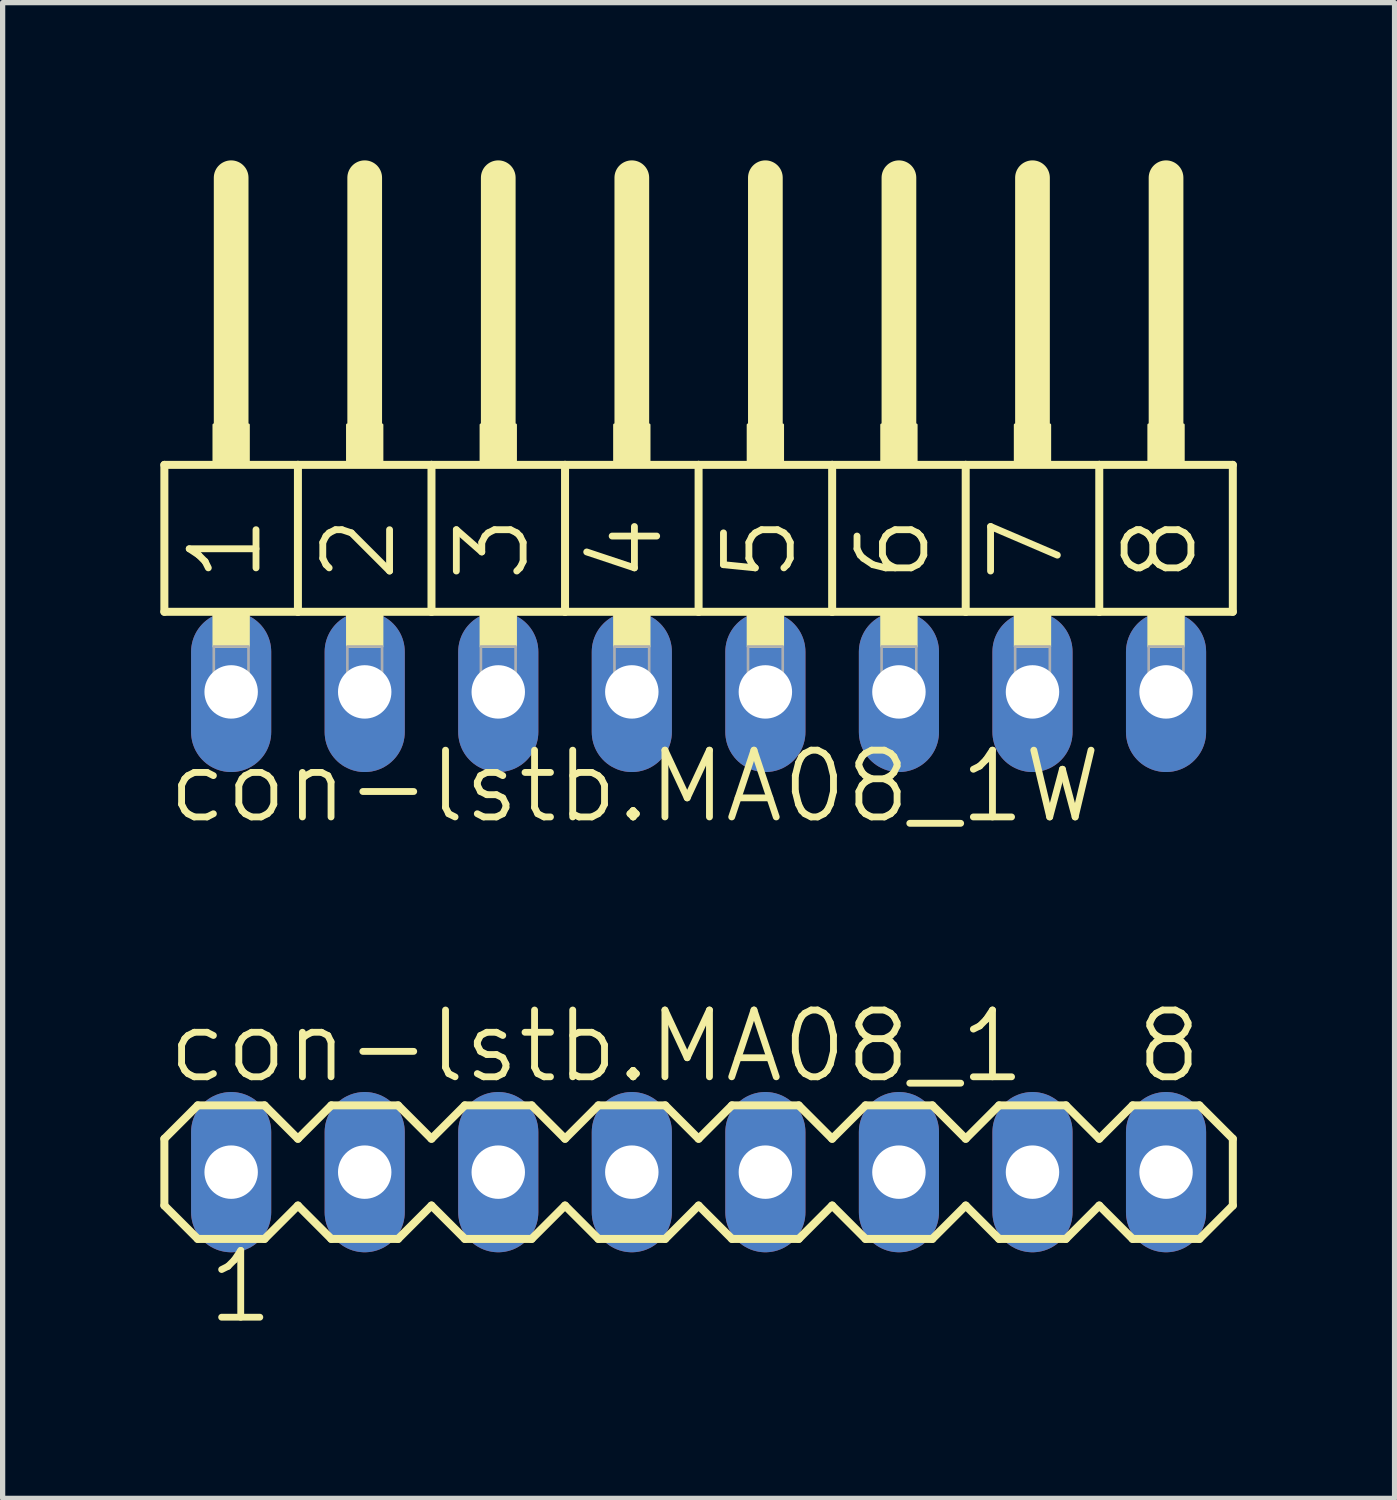
<source format=kicad_pcb>
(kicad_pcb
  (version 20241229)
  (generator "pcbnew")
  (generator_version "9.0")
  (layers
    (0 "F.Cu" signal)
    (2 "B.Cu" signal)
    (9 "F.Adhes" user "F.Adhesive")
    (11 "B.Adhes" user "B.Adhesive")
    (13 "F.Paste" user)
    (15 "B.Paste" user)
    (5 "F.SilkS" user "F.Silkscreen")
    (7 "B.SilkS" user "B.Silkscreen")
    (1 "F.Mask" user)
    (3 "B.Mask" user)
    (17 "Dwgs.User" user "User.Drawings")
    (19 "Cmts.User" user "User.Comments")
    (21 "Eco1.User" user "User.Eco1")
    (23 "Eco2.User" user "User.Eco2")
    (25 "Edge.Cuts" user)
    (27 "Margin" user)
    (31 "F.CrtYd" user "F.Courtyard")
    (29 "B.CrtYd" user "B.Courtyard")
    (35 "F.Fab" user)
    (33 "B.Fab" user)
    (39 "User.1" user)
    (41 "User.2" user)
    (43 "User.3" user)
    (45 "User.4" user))
  (footprint "con-lstb.MA08_1"
    (layer "F.Cu")
    (at 10.236 19.242)
    (property "Reference" "con-lstb.MA08_1" (at -10.16 -1.651 0) (layer "F.SilkS") (effects (font (size 1.27 1.27) (thickness 0.13)) (justify left bottom)))
    (attr through_hole)
    (fp_line (start -10.16 -0.635) (end -10.16 0.635) (stroke (width 0.152) (type default)) (layer "F.SilkS"))
    (fp_line (start -10.16 0.635) (end -9.525 1.27) (stroke (width 0.152) (type default)) (layer "F.SilkS"))
    (fp_line (start -9.525 -1.27) (end -10.16 -0.635) (stroke (width 0.152) (type default)) (layer "F.SilkS"))
    (fp_line (start -9.525 -1.27) (end -8.255 -1.27) (stroke (width 0.152) (type default)) (layer "F.SilkS"))
    (fp_line (start -8.255 -1.27) (end -7.62 -0.635) (stroke (width 0.152) (type default)) (layer "F.SilkS"))
    (fp_line (start -8.255 1.27) (end -9.525 1.27) (stroke (width 0.152) (type default)) (layer "F.SilkS"))
    (fp_line (start -7.62 -0.635) (end -6.985 -1.27) (stroke (width 0.152) (type default)) (layer "F.SilkS"))
    (fp_line (start -7.62 0.635) (end -8.255 1.27) (stroke (width 0.152) (type default)) (layer "F.SilkS"))
    (fp_line (start -6.985 -1.27) (end -5.715 -1.27) (stroke (width 0.152) (type default)) (layer "F.SilkS"))
    (fp_line (start -6.985 1.27) (end -7.62 0.635) (stroke (width 0.152) (type default)) (layer "F.SilkS"))
    (fp_line (start -5.715 -1.27) (end -5.08 -0.635) (stroke (width 0.152) (type default)) (layer "F.SilkS"))
    (fp_line (start -5.715 1.27) (end -6.985 1.27) (stroke (width 0.152) (type default)) (layer "F.SilkS"))
    (fp_line (start -5.08 -0.635) (end -4.445 -1.27) (stroke (width 0.152) (type default)) (layer "F.SilkS"))
    (fp_line (start -5.08 0.635) (end -5.715 1.27) (stroke (width 0.152) (type default)) (layer "F.SilkS"))
    (fp_line (start -4.445 -1.27) (end -3.175 -1.27) (stroke (width 0.152) (type default)) (layer "F.SilkS"))
    (fp_line (start -4.445 1.27) (end -5.08 0.635) (stroke (width 0.152) (type default)) (layer "F.SilkS"))
    (fp_line (start -3.175 -1.27) (end -2.54 -0.635) (stroke (width 0.152) (type default)) (layer "F.SilkS"))
    (fp_line (start -3.175 1.27) (end -4.445 1.27) (stroke (width 0.152) (type default)) (layer "F.SilkS"))
    (fp_line (start -2.54 0.635) (end -3.175 1.27) (stroke (width 0.152) (type default)) (layer "F.SilkS"))
    (fp_line (start -2.54 0.635) (end -1.905 1.27) (stroke (width 0.152) (type default)) (layer "F.SilkS"))
    (fp_line (start -1.905 -1.27) (end -2.54 -0.635) (stroke (width 0.152) (type default)) (layer "F.SilkS"))
    (fp_line (start -1.905 -1.27) (end -0.635 -1.27) (stroke (width 0.152) (type default)) (layer "F.SilkS"))
    (fp_line (start -0.635 -1.27) (end 0 -0.635) (stroke (width 0.152) (type default)) (layer "F.SilkS"))
    (fp_line (start -0.635 1.27) (end -1.905 1.27) (stroke (width 0.152) (type default)) (layer "F.SilkS"))
    (fp_line (start 0 0.635) (end -0.635 1.27) (stroke (width 0.152) (type default)) (layer "F.SilkS"))
    (fp_line (start 0 0.635) (end 0.635 1.27) (stroke (width 0.152) (type default)) (layer "F.SilkS"))
    (fp_line (start 0.635 -1.27) (end 0 -0.635) (stroke (width 0.152) (type default)) (layer "F.SilkS"))
    (fp_line (start 0.635 -1.27) (end 1.905 -1.27) (stroke (width 0.152) (type default)) (layer "F.SilkS"))
    (fp_line (start 1.905 -1.27) (end 2.54 -0.635) (stroke (width 0.152) (type default)) (layer "F.SilkS"))
    (fp_line (start 1.905 1.27) (end 0.635 1.27) (stroke (width 0.152) (type default)) (layer "F.SilkS"))
    (fp_line (start 2.54 -0.635) (end 3.175 -1.27) (stroke (width 0.152) (type default)) (layer "F.SilkS"))
    (fp_line (start 2.54 0.635) (end 1.905 1.27) (stroke (width 0.152) (type default)) (layer "F.SilkS"))
    (fp_line (start 3.175 -1.27) (end 4.445 -1.27) (stroke (width 0.152) (type default)) (layer "F.SilkS"))
    (fp_line (start 3.175 1.27) (end 2.54 0.635) (stroke (width 0.152) (type default)) (layer "F.SilkS"))
    (fp_line (start 4.445 -1.27) (end 5.08 -0.635) (stroke (width 0.152) (type default)) (layer "F.SilkS"))
    (fp_line (start 4.445 1.27) (end 3.175 1.27) (stroke (width 0.152) (type default)) (layer "F.SilkS"))
    (fp_line (start 5.08 -0.635) (end 5.715 -1.27) (stroke (width 0.152) (type default)) (layer "F.SilkS"))
    (fp_line (start 5.08 0.635) (end 4.445 1.27) (stroke (width 0.152) (type default)) (layer "F.SilkS"))
    (fp_line (start 5.715 -1.27) (end 6.985 -1.27) (stroke (width 0.152) (type default)) (layer "F.SilkS"))
    (fp_line (start 5.715 1.27) (end 5.08 0.635) (stroke (width 0.152) (type default)) (layer "F.SilkS"))
    (fp_line (start 6.985 -1.27) (end 7.62 -0.635) (stroke (width 0.152) (type default)) (layer "F.SilkS"))
    (fp_line (start 6.985 1.27) (end 5.715 1.27) (stroke (width 0.152) (type default)) (layer "F.SilkS"))
    (fp_line (start 7.62 0.635) (end 6.985 1.27) (stroke (width 0.152) (type default)) (layer "F.SilkS"))
    (fp_line (start 7.62 0.635) (end 8.255 1.27) (stroke (width 0.152) (type default)) (layer "F.SilkS"))
    (fp_line (start 8.255 -1.27) (end 7.62 -0.635) (stroke (width 0.152) (type default)) (layer "F.SilkS"))
    (fp_line (start 8.255 -1.27) (end 9.525 -1.27) (stroke (width 0.152) (type default)) (layer "F.SilkS"))
    (fp_line (start 9.525 -1.27) (end 10.16 -0.635) (stroke (width 0.152) (type default)) (layer "F.SilkS"))
    (fp_line (start 9.525 1.27) (end 8.255 1.27) (stroke (width 0.152) (type default)) (layer "F.SilkS"))
    (fp_line (start 10.16 -0.635) (end 10.16 0.635) (stroke (width 0.152) (type default)) (layer "F.SilkS"))
    (fp_line (start 10.16 0.635) (end 9.525 1.27) (stroke (width 0.152) (type default)) (layer "F.SilkS"))
    (fp_rect (start -9.144 0.254) (end -8.636 -0.254) (stroke (width 0.05) (type default)) (fill no) (layer "F.Fab"))
    (fp_rect (start -6.604 0.254) (end -6.096 -0.254) (stroke (width 0.05) (type default)) (fill no) (layer "F.Fab"))
    (fp_rect (start -4.064 0.254) (end -3.556 -0.254) (stroke (width 0.05) (type default)) (fill no) (layer "F.Fab"))
    (fp_rect (start -1.524 0.254) (end -1.016 -0.254) (stroke (width 0.05) (type default)) (fill no) (layer "F.Fab"))
    (fp_rect (start 1.016 0.254) (end 1.524 -0.254) (stroke (width 0.05) (type default)) (fill no) (layer "F.Fab"))
    (fp_rect (start 3.556 0.254) (end 4.064 -0.254) (stroke (width 0.05) (type default)) (fill no) (layer "F.Fab"))
    (fp_rect (start 6.096 0.254) (end 6.604 -0.254) (stroke (width 0.05) (type default)) (fill no) (layer "F.Fab"))
    (fp_rect (start 8.636 0.254) (end 9.144 -0.254) (stroke (width 0.05) (type default)) (fill no) (layer "F.Fab"))
    (fp_text user "1" (at -9.398 2.921 0) (layer "F.SilkS") (effects (font (size 1.27 1.27) (thickness 0.13)) (justify left bottom)))
    (fp_text user "8" (at 8.255 -1.651 0) (layer "F.SilkS") (effects (font (size 1.27 1.27) (thickness 0.13)) (justify left bottom)))
    (pad "1" thru_hole oval (at -8.89 0 90) (size 3.048 1.524) (drill 1.016) (layers "*.Cu" "*.Mask"))
    (pad "2" thru_hole oval (at -6.35 0 90) (size 3.048 1.524) (drill 1.016) (layers "*.Cu" "*.Mask"))
    (pad "3" thru_hole oval (at -3.81 0 90) (size 3.048 1.524) (drill 1.016) (layers "*.Cu" "*.Mask"))
    (pad "4" thru_hole oval (at -1.27 0 90) (size 3.048 1.524) (drill 1.016) (layers "*.Cu" "*.Mask"))
    (pad "5" thru_hole oval (at 1.27 0 90) (size 3.048 1.524) (drill 1.016) (layers "*.Cu" "*.Mask"))
    (pad "6" thru_hole oval (at 3.81 0 90) (size 3.048 1.524) (drill 1.016) (layers "*.Cu" "*.Mask"))
    (pad "7" thru_hole oval (at 6.35 0 90) (size 3.048 1.524) (drill 1.016) (layers "*.Cu" "*.Mask"))
    (pad "8" thru_hole oval (at 8.89 0 90) (size 3.048 1.524) (drill 1.016) (layers "*.Cu" "*.Mask")))
  (footprint "con-lstb.MA08_1W"
    (layer "F.Cu")
    (at 10.236 10.109)
    (property "Reference" "con-lstb.MA08_1W" (at -10.16 2.54 0) (layer "F.SilkS") (effects (font (size 1.27 1.27) (thickness 0.13)) (justify left bottom)))
    (attr through_hole)
    (fp_line (start -10.16 -4.318) (end -7.62 -4.318) (stroke (width 0.152) (type default)) (layer "F.SilkS"))
    (fp_line (start -10.16 -1.524) (end -10.16 -4.318) (stroke (width 0.152) (type default)) (layer "F.SilkS"))
    (fp_line (start -8.89 -5.08) (end -8.89 -9.779) (stroke (width 0.66) (type default)) (layer "F.SilkS"))
    (fp_line (start -7.62 -4.318) (end -5.08 -4.318) (stroke (width 0.152) (type default)) (layer "F.SilkS"))
    (fp_line (start -7.62 -1.524) (end -10.16 -1.524) (stroke (width 0.152) (type default)) (layer "F.SilkS"))
    (fp_line (start -7.62 -1.524) (end -7.62 -4.318) (stroke (width 0.152) (type default)) (layer "F.SilkS"))
    (fp_line (start -7.62 -1.524) (end -5.08 -1.524) (stroke (width 0.152) (type default)) (layer "F.SilkS"))
    (fp_line (start -6.35 -5.08) (end -6.35 -9.779) (stroke (width 0.66) (type default)) (layer "F.SilkS"))
    (fp_line (start -5.08 -4.318) (end -2.54 -4.318) (stroke (width 0.152) (type default)) (layer "F.SilkS"))
    (fp_line (start -5.08 -1.524) (end -5.08 -4.318) (stroke (width 0.152) (type default)) (layer "F.SilkS"))
    (fp_line (start -3.81 -5.08) (end -3.81 -9.779) (stroke (width 0.66) (type default)) (layer "F.SilkS"))
    (fp_line (start -2.54 -4.318) (end 0 -4.318) (stroke (width 0.152) (type default)) (layer "F.SilkS"))
    (fp_line (start -2.54 -1.524) (end -5.08 -1.524) (stroke (width 0.152) (type default)) (layer "F.SilkS"))
    (fp_line (start -2.54 -1.524) (end -2.54 -4.318) (stroke (width 0.152) (type default)) (layer "F.SilkS"))
    (fp_line (start -1.27 -5.08) (end -1.27 -9.779) (stroke (width 0.66) (type default)) (layer "F.SilkS"))
    (fp_line (start 0 -4.318) (end 2.54 -4.318) (stroke (width 0.152) (type default)) (layer "F.SilkS"))
    (fp_line (start 0 -1.524) (end -2.54 -1.524) (stroke (width 0.152) (type default)) (layer "F.SilkS"))
    (fp_line (start 0 -1.524) (end 0 -4.318) (stroke (width 0.152) (type default)) (layer "F.SilkS"))
    (fp_line (start 1.27 -5.08) (end 1.27 -9.779) (stroke (width 0.66) (type default)) (layer "F.SilkS"))
    (fp_line (start 2.54 -4.318) (end 5.08 -4.318) (stroke (width 0.152) (type default)) (layer "F.SilkS"))
    (fp_line (start 2.54 -1.524) (end 0 -1.524) (stroke (width 0.152) (type default)) (layer "F.SilkS"))
    (fp_line (start 2.54 -1.524) (end 2.54 -4.318) (stroke (width 0.152) (type default)) (layer "F.SilkS"))
    (fp_line (start 3.81 -5.08) (end 3.81 -9.779) (stroke (width 0.66) (type default)) (layer "F.SilkS"))
    (fp_line (start 5.08 -4.318) (end 7.62 -4.318) (stroke (width 0.152) (type default)) (layer "F.SilkS"))
    (fp_line (start 5.08 -1.524) (end 2.54 -1.524) (stroke (width 0.152) (type default)) (layer "F.SilkS"))
    (fp_line (start 5.08 -1.524) (end 5.08 -4.318) (stroke (width 0.152) (type default)) (layer "F.SilkS"))
    (fp_line (start 5.08 -1.524) (end 7.62 -1.524) (stroke (width 0.152) (type default)) (layer "F.SilkS"))
    (fp_line (start 6.35 -5.08) (end 6.35 -9.779) (stroke (width 0.66) (type default)) (layer "F.SilkS"))
    (fp_line (start 7.62 -4.318) (end 10.16 -4.318) (stroke (width 0.152) (type default)) (layer "F.SilkS"))
    (fp_line (start 7.62 -1.524) (end 7.62 -4.318) (stroke (width 0.152) (type default)) (layer "F.SilkS"))
    (fp_line (start 8.89 -5.08) (end 8.89 -9.779) (stroke (width 0.66) (type default)) (layer "F.SilkS"))
    (fp_line (start 10.16 -1.524) (end 7.62 -1.524) (stroke (width 0.152) (type default)) (layer "F.SilkS"))
    (fp_line (start 10.16 -1.524) (end 10.16 -4.318) (stroke (width 0.152) (type default)) (layer "F.SilkS"))
    (fp_rect (start -9.22 -4.318) (end -8.56 -5.08) (stroke (width 0.05) (type default)) (fill yes) (layer "F.SilkS"))
    (fp_rect (start -9.22 -0.864) (end -8.56 -1.524) (stroke (width 0.05) (type default)) (fill yes) (layer "F.SilkS"))
    (fp_rect (start -6.68 -4.318) (end -6.02 -5.08) (stroke (width 0.05) (type default)) (fill yes) (layer "F.SilkS"))
    (fp_rect (start -6.68 -0.864) (end -6.02 -1.524) (stroke (width 0.05) (type default)) (fill yes) (layer "F.SilkS"))
    (fp_rect (start -4.14 -4.318) (end -3.48 -5.08) (stroke (width 0.05) (type default)) (fill yes) (layer "F.SilkS"))
    (fp_rect (start -4.14 -0.864) (end -3.48 -1.524) (stroke (width 0.05) (type default)) (fill yes) (layer "F.SilkS"))
    (fp_rect (start -1.6 -4.318) (end -0.94 -5.08) (stroke (width 0.05) (type default)) (fill yes) (layer "F.SilkS"))
    (fp_rect (start -1.6 -0.864) (end -0.94 -1.524) (stroke (width 0.05) (type default)) (fill yes) (layer "F.SilkS"))
    (fp_rect (start 0.94 -4.318) (end 1.6 -5.08) (stroke (width 0.05) (type default)) (fill yes) (layer "F.SilkS"))
    (fp_rect (start 0.94 -0.864) (end 1.6 -1.524) (stroke (width 0.05) (type default)) (fill yes) (layer "F.SilkS"))
    (fp_rect (start 3.48 -4.318) (end 4.14 -5.08) (stroke (width 0.05) (type default)) (fill yes) (layer "F.SilkS"))
    (fp_rect (start 3.48 -0.864) (end 4.14 -1.524) (stroke (width 0.05) (type default)) (fill yes) (layer "F.SilkS"))
    (fp_rect (start 6.02 -4.318) (end 6.68 -5.08) (stroke (width 0.05) (type default)) (fill yes) (layer "F.SilkS"))
    (fp_rect (start 6.02 -0.864) (end 6.68 -1.524) (stroke (width 0.05) (type default)) (fill yes) (layer "F.SilkS"))
    (fp_rect (start 8.56 -4.318) (end 9.22 -5.08) (stroke (width 0.05) (type default)) (fill yes) (layer "F.SilkS"))
    (fp_rect (start 8.56 -0.864) (end 9.22 -1.524) (stroke (width 0.05) (type default)) (fill yes) (layer "F.SilkS"))
    (fp_rect (start -9.22 0.33) (end -8.56 -0.864) (stroke (width 0.05) (type default)) (fill no) (layer "F.Fab"))
    (fp_rect (start -6.68 0.33) (end -6.02 -0.864) (stroke (width 0.05) (type default)) (fill no) (layer "F.Fab"))
    (fp_rect (start -4.14 0.33) (end -3.48 -0.864) (stroke (width 0.05) (type default)) (fill no) (layer "F.Fab"))
    (fp_rect (start -1.6 0.33) (end -0.94 -0.864) (stroke (width 0.05) (type default)) (fill no) (layer "F.Fab"))
    (fp_rect (start 0.94 0.33) (end 1.6 -0.864) (stroke (width 0.05) (type default)) (fill no) (layer "F.Fab"))
    (fp_rect (start 3.48 0.33) (end 4.14 -0.864) (stroke (width 0.05) (type default)) (fill no) (layer "F.Fab"))
    (fp_rect (start 6.02 0.33) (end 6.68 -0.864) (stroke (width 0.05) (type default)) (fill no) (layer "F.Fab"))
    (fp_rect (start 8.56 0.33) (end 9.22 -0.864) (stroke (width 0.05) (type default)) (fill no) (layer "F.Fab"))
    (fp_text user "7" (at 6.985 -2.032 90) (layer "F.SilkS") (effects (font (size 1.27 1.27) (thickness 0.13)) (justify left bottom)))
    (fp_text user "1" (at -8.255 -2.032 90) (layer "F.SilkS") (effects (font (size 1.27 1.27) (thickness 0.13)) (justify left bottom)))
    (fp_text user "3" (at -3.175 -2.032 90) (layer "F.SilkS") (effects (font (size 1.27 1.27) (thickness 0.13)) (justify left bottom)))
    (fp_text user "5" (at 1.905 -2.032 90) (layer "F.SilkS") (effects (font (size 1.27 1.27) (thickness 0.13)) (justify left bottom)))
    (fp_text user "6" (at 4.445 -2.032 90) (layer "F.SilkS") (effects (font (size 1.27 1.27) (thickness 0.13)) (justify left bottom)))
    (fp_text user "8" (at 9.525 -2.032 90) (layer "F.SilkS") (effects (font (size 1.27 1.27) (thickness 0.13)) (justify left bottom)))
    (fp_text user "4" (at -0.635 -2.032 90) (layer "F.SilkS") (effects (font (size 1.27 1.27) (thickness 0.13)) (justify left bottom)))
    (fp_text user "2" (at -5.715 -2.032 90) (layer "F.SilkS") (effects (font (size 1.27 1.27) (thickness 0.13)) (justify left bottom)))
    (pad "1" thru_hole oval (at -8.89 0 90) (size 3.048 1.524) (drill 1.016) (layers "*.Cu" "*.Mask"))
    (pad "2" thru_hole oval (at -6.35 0 90) (size 3.048 1.524) (drill 1.016) (layers "*.Cu" "*.Mask"))
    (pad "3" thru_hole oval (at -3.81 0 90) (size 3.048 1.524) (drill 1.016) (layers "*.Cu" "*.Mask"))
    (pad "4" thru_hole oval (at -1.27 0 90) (size 3.048 1.524) (drill 1.016) (layers "*.Cu" "*.Mask"))
    (pad "5" thru_hole oval (at 1.27 0 90) (size 3.048 1.524) (drill 1.016) (layers "*.Cu" "*.Mask"))
    (pad "6" thru_hole oval (at 3.81 0 90) (size 3.048 1.524) (drill 1.016) (layers "*.Cu" "*.Mask"))
    (pad "7" thru_hole oval (at 6.35 0 90) (size 3.048 1.524) (drill 1.016) (layers "*.Cu" "*.Mask"))
    (pad "8" thru_hole oval (at 8.89 0 90) (size 3.048 1.524) (drill 1.016) (layers "*.Cu" "*.Mask")))
  (gr_rect
    (start -3 -3)
    (end 23.472 25.446)
    (stroke (width 0.1) (type default))
    (fill no)
    (layer "Edge.Cuts")))
</source>
